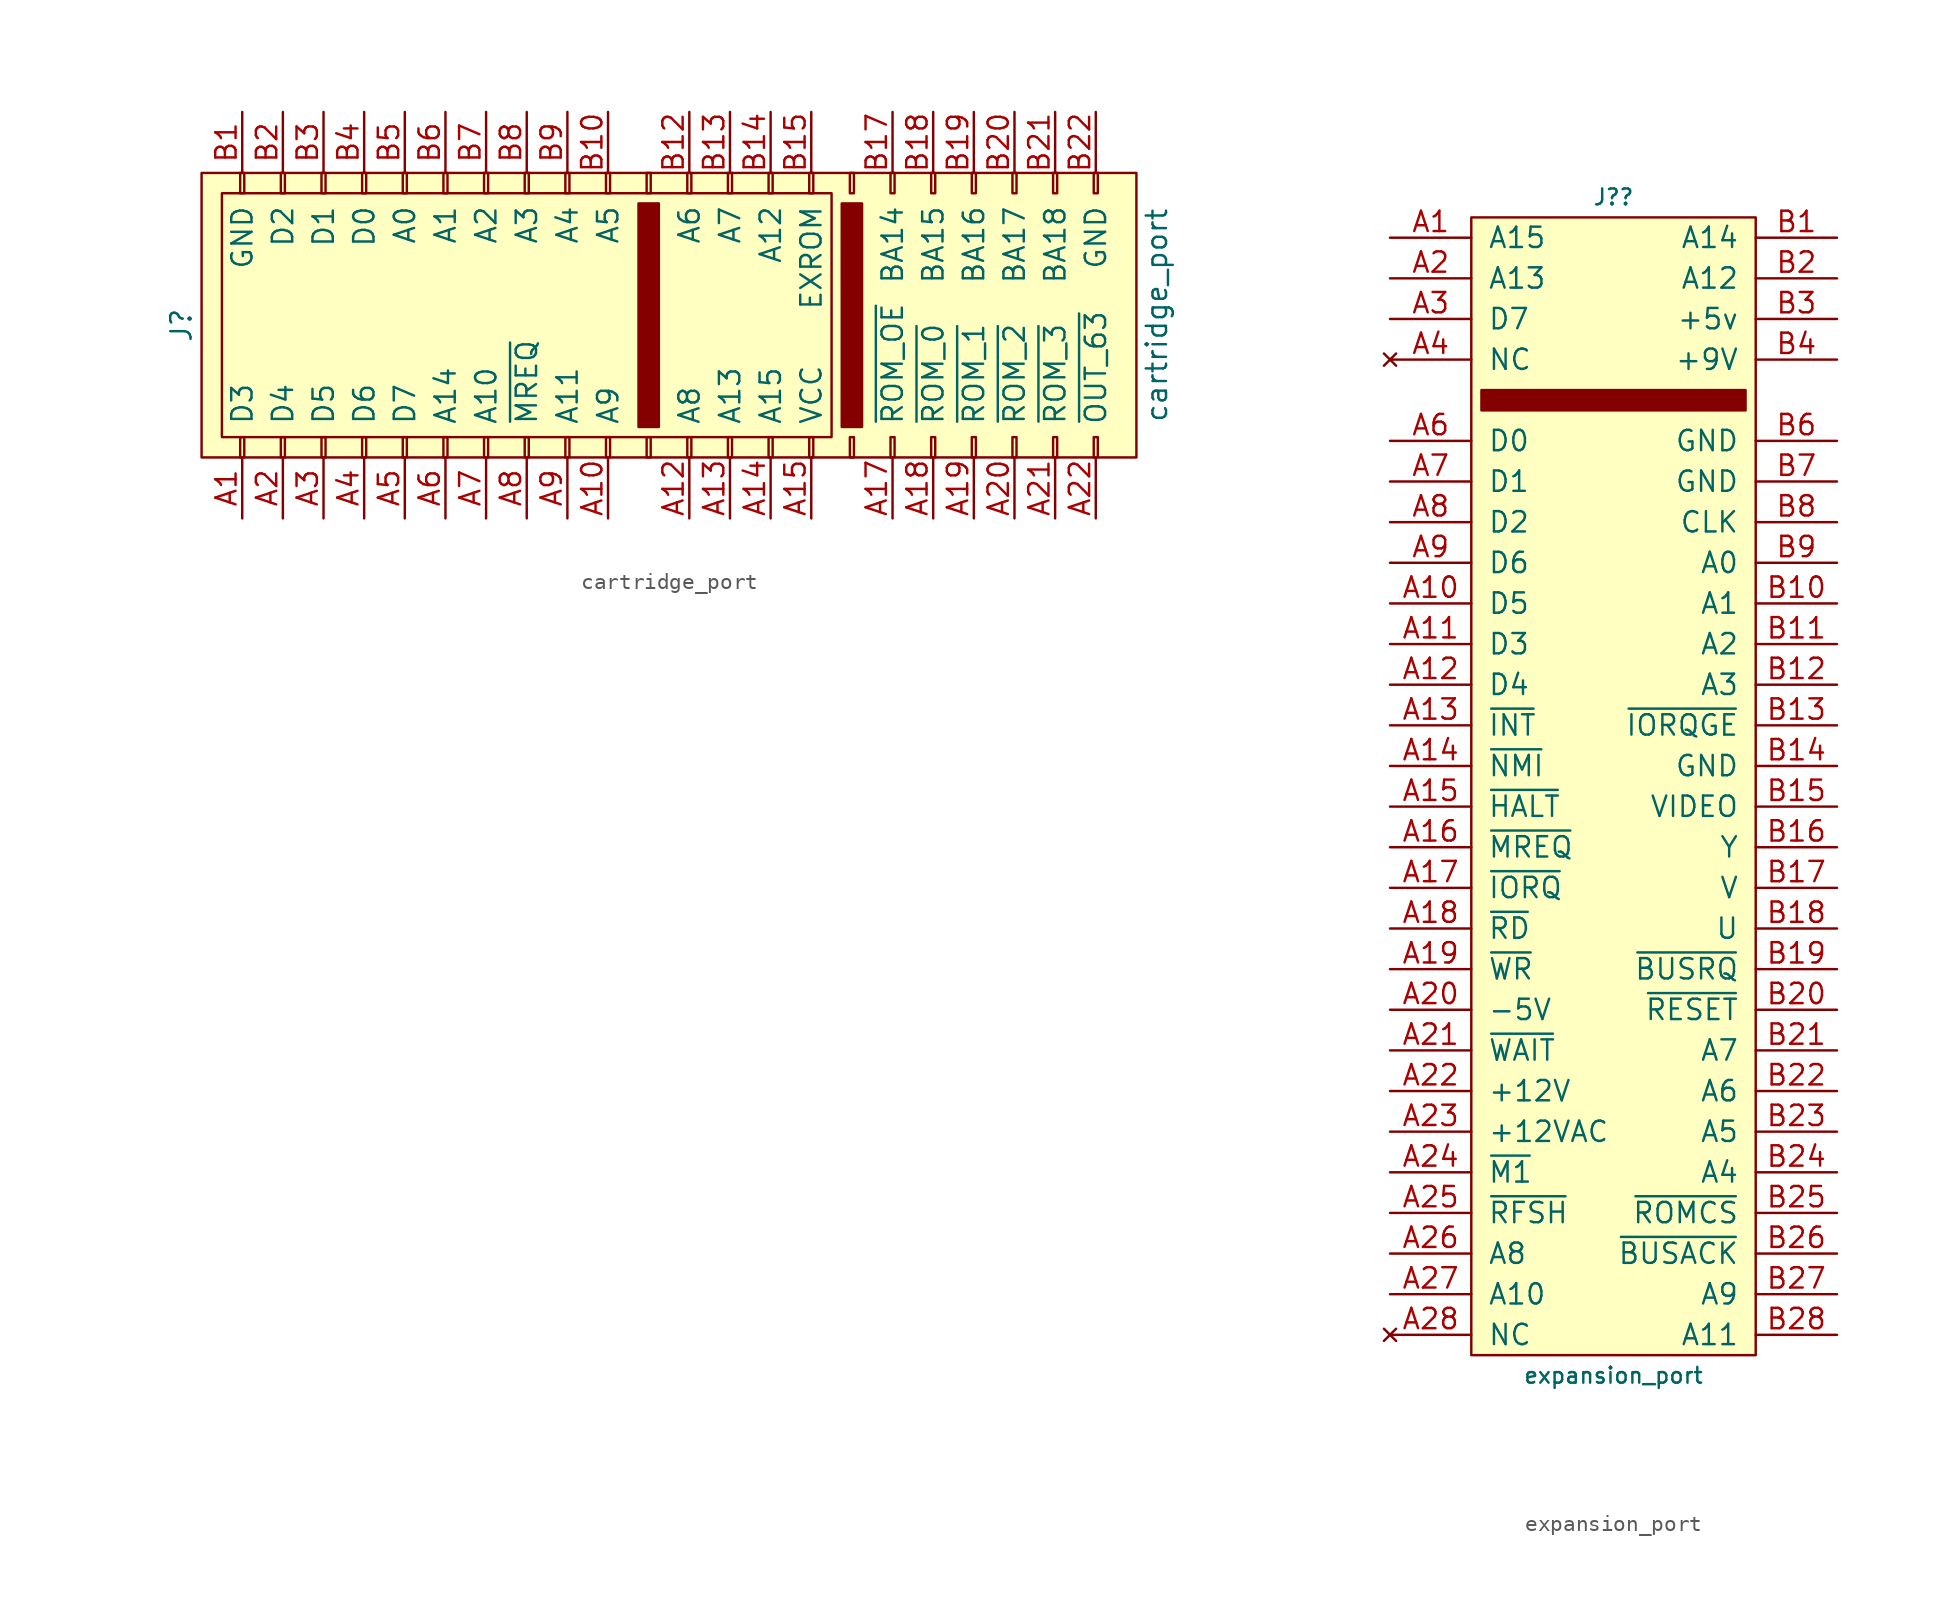
<source format=kicad_sym>
(kicad_symbol_lib
  (version 20220914)
  (generator kicad_symbol_editor)
  (symbol "cartridge_port"
    (pin_names
      (offset 2.007))
    (property "Reference" "J"
      (at -30.48 -0.635 90)
      (effects (font (size 1.27 1.27))))
    (property "Value" "cartridge_port"
      (at 30.48 0 90)
      (effects (font (size 1.27 1.27))))
    (symbol "cartridge_port_0_1"
      (rectangle (start -29.21 8.89) (end 29.21 -8.89) (stroke (width 0) (type default)) (fill (type background)))
      (rectangle (start -27.94 7.62) (end 10.16 -7.62) (stroke (width 0) (type default)) (fill (type none)))
      (rectangle (start -1.905 -6.985) (end -0.635 6.985) (stroke (width 0) (type default)) (fill (type outline)))
      (rectangle (start 10.795 6.985) (end 12.065 -6.985) (stroke (width 0) (type default)) (fill (type outline))))
    (symbol "cartridge_port_1_1"
      (rectangle (start -26.797 -8.89) (end -26.543 -7.62) (stroke (width 0.152) (type default)) (fill (type none)))
      (rectangle (start -26.797 8.89) (end -26.543 7.62) (stroke (width 0.152) (type default)) (fill (type none)))
      (rectangle (start -24.257 -8.89) (end -24.003 -7.62) (stroke (width 0.152) (type default)) (fill (type none)))
      (rectangle (start -24.257 8.89) (end -24.003 7.62) (stroke (width 0.152) (type default)) (fill (type none)))
      (rectangle (start -21.717 -8.89) (end -21.463 -7.62) (stroke (width 0.152) (type default)) (fill (type none)))
      (rectangle (start -21.717 8.89) (end -21.463 7.62) (stroke (width 0.152) (type default)) (fill (type none)))
      (rectangle (start -19.177 -8.89) (end -18.923 -7.62) (stroke (width 0.152) (type default)) (fill (type none)))
      (rectangle (start -19.177 8.89) (end -18.923 7.62) (stroke (width 0.152) (type default)) (fill (type none)))
      (rectangle (start -16.637 -8.89) (end -16.383 -7.62) (stroke (width 0.152) (type default)) (fill (type none)))
      (rectangle (start -16.637 8.89) (end -16.383 7.62) (stroke (width 0.152) (type default)) (fill (type none)))
      (rectangle (start -14.097 -8.89) (end -13.843 -7.62) (stroke (width 0.152) (type default)) (fill (type none)))
      (rectangle (start -14.097 8.89) (end -13.843 7.62) (stroke (width 0.152) (type default)) (fill (type none)))
      (rectangle (start -11.557 -8.89) (end -11.303 -7.62) (stroke (width 0.152) (type default)) (fill (type none)))
      (rectangle (start -11.557 8.89) (end -11.303 7.62) (stroke (width 0.152) (type default)) (fill (type none)))
      (rectangle (start -9.017 -8.89) (end -8.763 -7.62) (stroke (width 0.152) (type default)) (fill (type none)))
      (rectangle (start -9.017 8.89) (end -8.763 7.62) (stroke (width 0.152) (type default)) (fill (type none)))
      (rectangle (start -6.477 -8.89) (end -6.223 -7.62) (stroke (width 0.152) (type default)) (fill (type none)))
      (rectangle (start -6.477 8.89) (end -6.223 7.62) (stroke (width 0.152) (type default)) (fill (type none)))
      (rectangle (start -3.937 -8.89) (end -3.683 -7.62) (stroke (width 0.152) (type default)) (fill (type none)))
      (rectangle (start -3.937 8.89) (end -3.683 7.62) (stroke (width 0.152) (type default)) (fill (type none)))
      (rectangle (start -1.397 -8.89) (end -1.143 -7.62) (stroke (width 0.152) (type default)) (fill (type none)))
      (rectangle (start -1.397 8.89) (end -1.143 7.62) (stroke (width 0.152) (type default)) (fill (type none)))
      (rectangle (start 1.143 -8.89) (end 1.397 -7.62) (stroke (width 0.152) (type default)) (fill (type none)))
      (rectangle (start 1.143 8.89) (end 1.397 7.62) (stroke (width 0.152) (type default)) (fill (type none)))
      (rectangle (start 3.683 -8.89) (end 3.937 -7.62) (stroke (width 0.152) (type default)) (fill (type none)))
      (rectangle (start 3.683 8.89) (end 3.937 7.62) (stroke (width 0.152) (type default)) (fill (type none)))
      (rectangle (start 6.223 -8.89) (end 6.477 -7.62) (stroke (width 0.152) (type default)) (fill (type none)))
      (rectangle (start 6.223 8.89) (end 6.477 7.62) (stroke (width 0.152) (type default)) (fill (type none)))
      (rectangle (start 8.763 -8.89) (end 9.017 -7.62) (stroke (width 0.152) (type default)) (fill (type none)))
      (rectangle (start 8.763 8.89) (end 9.017 7.62) (stroke (width 0.152) (type default)) (fill (type none)))
      (rectangle (start 11.303 -8.89) (end 11.557 -7.62) (stroke (width 0.152) (type default)) (fill (type none)))
      (rectangle (start 11.303 8.89) (end 11.557 7.62) (stroke (width 0.152) (type default)) (fill (type none)))
      (rectangle (start 13.843 -8.89) (end 14.097 -7.62) (stroke (width 0.152) (type default)) (fill (type none)))
      (rectangle (start 13.843 8.89) (end 14.097 7.62) (stroke (width 0.152) (type default)) (fill (type none)))
      (rectangle (start 16.383 -8.89) (end 16.637 -7.62) (stroke (width 0.152) (type default)) (fill (type none)))
      (rectangle (start 16.383 8.89) (end 16.637 7.62) (stroke (width 0.152) (type default)) (fill (type none)))
      (rectangle (start 18.923 -8.89) (end 19.177 -7.62) (stroke (width 0.152) (type default)) (fill (type none)))
      (rectangle (start 18.923 8.89) (end 19.177 7.62) (stroke (width 0.152) (type default)) (fill (type none)))
      (rectangle (start 21.463 -8.89) (end 21.717 -7.62) (stroke (width 0.152) (type default)) (fill (type none)))
      (rectangle (start 21.463 8.89) (end 21.717 7.62) (stroke (width 0.152) (type default)) (fill (type none)))
      (rectangle (start 24.003 -8.89) (end 24.257 -7.62) (stroke (width 0.152) (type default)) (fill (type none)))
      (rectangle (start 24.003 8.89) (end 24.257 7.62) (stroke (width 0.152) (type default)) (fill (type none)))
      (rectangle (start 26.543 -8.89) (end 26.797 -7.62) (stroke (width 0.152) (type default)) (fill (type none)))
      (rectangle (start 26.543 8.89) (end 26.797 7.62) (stroke (width 0.152) (type default)) (fill (type none)))
      (pin bidirectional line (at -26.67 -12.7 90) (length 3.81) (name "D3" (effects (font (size 1.27 1.27)))) (number "A1" (effects (font (size 1.27 1.27)))))
      (pin input line (at -3.81 -12.7 90) (length 3.81) (name "A9" (effects (font (size 1.27 1.27)))) (number "A10" (effects (font (size 1.27 1.27)))))
      (pin no_connect line (at -1.27 -12.7 90) (length 3.81) hide (name "SLOT" (effects (font (size 1.27 1.27)))) (number "A11" (effects (font (size 1.27 1.27)))))
      (pin input line (at 1.27 -12.7 90) (length 3.81) (name "A8" (effects (font (size 1.27 1.27)))) (number "A12" (effects (font (size 1.27 1.27)))))
      (pin input line (at 3.81 -12.7 90) (length 3.81) (name "A13" (effects (font (size 1.27 1.27)))) (number "A13" (effects (font (size 1.27 1.27)))))
      (pin input line (at 6.35 -12.7 90) (length 3.81) (name "A15" (effects (font (size 1.27 1.27)))) (number "A14" (effects (font (size 1.27 1.27)))))
      (pin power_in line (at 8.89 -12.7 90) (length 3.81) (name "VCC" (effects (font (size 1.27 1.27)))) (number "A15" (effects (font (size 1.27 1.27)))))
      (pin no_connect line (at 11.43 -12.7 90) (length 3.81) hide (name "SLOT" (effects (font (size 1.27 1.27)))) (number "A16" (effects (font (size 1.27 1.27)))))
      (pin input line (at 13.97 -12.7 90) (length 3.81) (name "~{ROM_OE}" (effects (font (size 1.27 1.27)))) (number "A17" (effects (font (size 1.27 1.27)))))
      (pin input line (at 16.51 -12.7 90) (length 3.81) (name "~{ROM_0}" (effects (font (size 1.27 1.27)))) (number "A18" (effects (font (size 1.27 1.27)))))
      (pin input line (at 19.05 -12.7 90) (length 3.81) (name "~{ROM_1}" (effects (font (size 1.27 1.27)))) (number "A19" (effects (font (size 1.27 1.27)))))
      (pin bidirectional line (at -24.13 -12.7 90) (length 3.81) (name "D4" (effects (font (size 1.27 1.27)))) (number "A2" (effects (font (size 1.27 1.27)))))
      (pin input line (at 21.59 -12.7 90) (length 3.81) (name "~{ROM_2}" (effects (font (size 1.27 1.27)))) (number "A20" (effects (font (size 1.27 1.27)))))
      (pin input line (at 24.13 -12.7 90) (length 3.81) (name "~{ROM_3}" (effects (font (size 1.27 1.27)))) (number "A21" (effects (font (size 1.27 1.27)))))
      (pin input line (at 26.67 -12.7 90) (length 3.81) (name "~{OUT_63}" (effects (font (size 1.27 1.27)))) (number "A22" (effects (font (size 1.27 1.27)))))
      (pin bidirectional line (at -21.59 -12.7 90) (length 3.81) (name "D5" (effects (font (size 1.27 1.27)))) (number "A3" (effects (font (size 1.27 1.27)))))
      (pin bidirectional line (at -19.05 -12.7 90) (length 3.81) (name "D6" (effects (font (size 1.27 1.27)))) (number "A4" (effects (font (size 1.27 1.27)))))
      (pin bidirectional line (at -16.51 -12.7 90) (length 3.81) (name "D7" (effects (font (size 1.27 1.27)))) (number "A5" (effects (font (size 1.27 1.27)))))
      (pin input line (at -13.97 -12.7 90) (length 3.81) (name "A14" (effects (font (size 1.27 1.27)))) (number "A6" (effects (font (size 1.27 1.27)))))
      (pin input line (at -11.43 -12.7 90) (length 3.81) (name "A10" (effects (font (size 1.27 1.27)))) (number "A7" (effects (font (size 1.27 1.27)))))
      (pin input line (at -8.89 -12.7 90) (length 3.81) (name "~{MREQ}" (effects (font (size 1.27 1.27)))) (number "A8" (effects (font (size 1.27 1.27)))))
      (pin input line (at -6.35 -12.7 90) (length 3.81) (name "A11" (effects (font (size 1.27 1.27)))) (number "A9" (effects (font (size 1.27 1.27)))))
      (pin power_in line (at -26.67 12.7 270) (length 3.81) (name "GND" (effects (font (size 1.27 1.27)))) (number "B1" (effects (font (size 1.27 1.27)))))
      (pin input line (at -3.81 12.7 270) (length 3.81) (name "A5" (effects (font (size 1.27 1.27)))) (number "B10" (effects (font (size 1.27 1.27)))))
      (pin no_connect line (at -1.27 12.7 270) (length 3.81) hide (name "SLOT" (effects (font (size 1.27 1.27)))) (number "B11" (effects (font (size 1.27 1.27)))))
      (pin input line (at 1.27 12.7 270) (length 3.81) (name "A6" (effects (font (size 1.27 1.27)))) (number "B12" (effects (font (size 1.27 1.27)))))
      (pin input line (at 3.81 12.7 270) (length 3.81) (name "A7" (effects (font (size 1.27 1.27)))) (number "B13" (effects (font (size 1.27 1.27)))))
      (pin input line (at 6.35 12.7 270) (length 3.81) (name "A12" (effects (font (size 1.27 1.27)))) (number "B14" (effects (font (size 1.27 1.27)))))
      (pin output line (at 8.89 12.7 270) (length 3.81) (name "EXROM" (effects (font (size 1.27 1.27)))) (number "B15" (effects (font (size 1.27 1.27)))))
      (pin no_connect line (at 11.43 12.7 270) (length 3.81) hide (name "SLOT" (effects (font (size 1.27 1.27)))) (number "B16" (effects (font (size 1.27 1.27)))))
      (pin input line (at 13.97 12.7 270) (length 3.81) (name "BA14" (effects (font (size 1.27 1.27)))) (number "B17" (effects (font (size 1.27 1.27)))))
      (pin input line (at 16.51 12.7 270) (length 3.81) (name "BA15" (effects (font (size 1.27 1.27)))) (number "B18" (effects (font (size 1.27 1.27)))))
      (pin input line (at 19.05 12.7 270) (length 3.81) (name "BA16" (effects (font (size 1.27 1.27)))) (number "B19" (effects (font (size 1.27 1.27)))))
      (pin bidirectional line (at -24.13 12.7 270) (length 3.81) (name "D2" (effects (font (size 1.27 1.27)))) (number "B2" (effects (font (size 1.27 1.27)))))
      (pin input line (at 21.59 12.7 270) (length 3.81) (name "BA17" (effects (font (size 1.27 1.27)))) (number "B20" (effects (font (size 1.27 1.27)))))
      (pin input line (at 24.13 12.7 270) (length 3.81) (name "BA18" (effects (font (size 1.27 1.27)))) (number "B21" (effects (font (size 1.27 1.27)))))
      (pin passive line (at 26.67 12.7 270) (length 3.81) (name "GND" (effects (font (size 1.27 1.27)))) (number "B22" (effects (font (size 1.27 1.27)))))
      (pin bidirectional line (at -21.59 12.7 270) (length 3.81) (name "D1" (effects (font (size 1.27 1.27)))) (number "B3" (effects (font (size 1.27 1.27)))))
      (pin bidirectional line (at -19.05 12.7 270) (length 3.81) (name "D0" (effects (font (size 1.27 1.27)))) (number "B4" (effects (font (size 1.27 1.27)))))
      (pin input line (at -16.51 12.7 270) (length 3.81) (name "A0" (effects (font (size 1.27 1.27)))) (number "B5" (effects (font (size 1.27 1.27)))))
      (pin input line (at -13.97 12.7 270) (length 3.81) (name "A1" (effects (font (size 1.27 1.27)))) (number "B6" (effects (font (size 1.27 1.27)))))
      (pin input line (at -11.43 12.7 270) (length 3.81) (name "A2" (effects (font (size 1.27 1.27)))) (number "B7" (effects (font (size 1.27 1.27)))))
      (pin input line (at -8.89 12.7 270) (length 3.81) (name "A3" (effects (font (size 1.27 1.27)))) (number "B8" (effects (font (size 1.27 1.27)))))
      (pin input line (at -6.35 12.7 270) (length 3.81) (name "A4" (effects (font (size 1.27 1.27)))) (number "B9" (effects (font (size 1.27 1.27)))))))
  (symbol "expansion_port"
    (pin_names
      (offset 1.016))
    (property "Reference" "J?"
      (at 8.89 83.82 0)
      (effects (font (size 0.991 0.991))))
    (property "Value" "expansion_port"
      (at 8.89 10.16 0)
      (effects (font (size 0.991 0.991))))
    (symbol "expansion_port_0_0"
      (rectangle (start 0 82.55) (end 17.78 11.43) (stroke (width 0) (type default)) (fill (type background))))
    (symbol "expansion_port_0_1"
      (rectangle (start 0.635 71.755) (end 17.145 70.485) (stroke (width 0) (type default)) (fill (type outline))))
    (symbol "expansion_port_1_1"
      (pin tri_state line (at -5.08 81.28 0) (length 5.08) (name "A15" (effects (font (size 1.27 1.27)))) (number "A1" (effects (font (size 1.27 1.27)))))
      (pin bidirectional line (at -5.08 58.42 0) (length 5.08) (name "D5" (effects (font (size 1.27 1.27)))) (number "A10" (effects (font (size 1.27 1.27)))))
      (pin bidirectional line (at -5.08 55.88 0) (length 5.08) (name "D3" (effects (font (size 1.27 1.27)))) (number "A11" (effects (font (size 1.27 1.27)))))
      (pin bidirectional line (at -5.08 53.34 0) (length 5.08) (name "D4" (effects (font (size 1.27 1.27)))) (number "A12" (effects (font (size 1.27 1.27)))))
      (pin input line (at -5.08 50.8 0) (length 5.08) (name "~{INT}" (effects (font (size 1.27 1.27)))) (number "A13" (effects (font (size 1.27 1.27)))))
      (pin input line (at -5.08 48.26 0) (length 5.08) (name "~{NMI}" (effects (font (size 1.27 1.27)))) (number "A14" (effects (font (size 1.27 1.27)))))
      (pin input line (at -5.08 45.72 0) (length 5.08) (name "~{HALT}" (effects (font (size 1.27 1.27)))) (number "A15" (effects (font (size 1.27 1.27)))))
      (pin output line (at -5.08 43.18 0) (length 5.08) (name "~{MREQ}" (effects (font (size 1.27 1.27)))) (number "A16" (effects (font (size 1.27 1.27)))))
      (pin output line (at -5.08 40.64 0) (length 5.08) (name "~{IORQ}" (effects (font (size 1.27 1.27)))) (number "A17" (effects (font (size 1.27 1.27)))))
      (pin output line (at -5.08 38.1 0) (length 5.08) (name "~{RD}" (effects (font (size 1.27 1.27)))) (number "A18" (effects (font (size 1.27 1.27)))))
      (pin output line (at -5.08 35.56 0) (length 5.08) (name "~{WR}" (effects (font (size 1.27 1.27)))) (number "A19" (effects (font (size 1.27 1.27)))))
      (pin tri_state line (at -5.08 78.74 0) (length 5.08) (name "A13" (effects (font (size 1.27 1.27)))) (number "A2" (effects (font (size 1.27 1.27)))))
      (pin power_out line (at -5.08 33.02 0) (length 5.08) (name "-5V" (effects (font (size 1.27 1.27)))) (number "A20" (effects (font (size 1.27 1.27)))))
      (pin input line (at -5.08 30.48 0) (length 5.08) (name "~{WAIT}" (effects (font (size 1.27 1.27)))) (number "A21" (effects (font (size 1.27 1.27)))))
      (pin power_out line (at -5.08 27.94 0) (length 5.08) (name "+12V" (effects (font (size 1.27 1.27)))) (number "A22" (effects (font (size 1.27 1.27)))))
      (pin power_out line (at -5.08 25.4 0) (length 5.08) (name "+12VAC" (effects (font (size 1.27 1.27)))) (number "A23" (effects (font (size 1.27 1.27)))))
      (pin output line (at -5.08 22.86 0) (length 5.08) (name "~{M1}" (effects (font (size 1.27 1.27)))) (number "A24" (effects (font (size 1.27 1.27)))))
      (pin input line (at -5.08 20.32 0) (length 5.08) (name "~{RFSH}" (effects (font (size 1.27 1.27)))) (number "A25" (effects (font (size 1.27 1.27)))))
      (pin tri_state line (at -5.08 17.78 0) (length 5.08) (name "A8" (effects (font (size 1.27 1.27)))) (number "A26" (effects (font (size 1.27 1.27)))))
      (pin tri_state line (at -5.08 15.24 0) (length 5.08) (name "A10" (effects (font (size 1.27 1.27)))) (number "A27" (effects (font (size 1.27 1.27)))))
      (pin no_connect line (at -5.08 12.7 0) (length 5.08) (name "NC" (effects (font (size 1.27 1.27)))) (number "A28" (effects (font (size 1.27 1.27)))))
      (pin bidirectional line (at -5.08 76.2 0) (length 5.08) (name "D7" (effects (font (size 1.27 1.27)))) (number "A3" (effects (font (size 1.27 1.27)))))
      (pin no_connect line (at -5.08 73.66 0) (length 5.08) (name "NC" (effects (font (size 1.27 1.27)))) (number "A4" (effects (font (size 1.27 1.27)))))
      (pin bidirectional line (at -5.08 68.58 0) (length 5.08) (name "D0" (effects (font (size 1.27 1.27)))) (number "A6" (effects (font (size 1.27 1.27)))))
      (pin bidirectional line (at -5.08 66.04 0) (length 5.08) (name "D1" (effects (font (size 1.27 1.27)))) (number "A7" (effects (font (size 1.27 1.27)))))
      (pin bidirectional line (at -5.08 63.5 0) (length 5.08) (name "D2" (effects (font (size 1.27 1.27)))) (number "A8" (effects (font (size 1.27 1.27)))))
      (pin bidirectional line (at -5.08 60.96 0) (length 5.08) (name "D6" (effects (font (size 1.27 1.27)))) (number "A9" (effects (font (size 1.27 1.27)))))
      (pin tri_state line (at 22.86 81.28 180) (length 5.08) (name "A14" (effects (font (size 1.27 1.27)))) (number "B1" (effects (font (size 1.27 1.27)))))
      (pin tri_state line (at 22.86 58.42 180) (length 5.08) (name "A1" (effects (font (size 1.27 1.27)))) (number "B10" (effects (font (size 1.27 1.27)))))
      (pin tri_state line (at 22.86 55.88 180) (length 5.08) (name "A2" (effects (font (size 1.27 1.27)))) (number "B11" (effects (font (size 1.27 1.27)))))
      (pin tri_state line (at 22.86 53.34 180) (length 5.08) (name "A3" (effects (font (size 1.27 1.27)))) (number "B12" (effects (font (size 1.27 1.27)))))
      (pin input line (at 22.86 50.8 180) (length 5.08) (name "~{IORQGE}" (effects (font (size 1.27 1.27)))) (number "B13" (effects (font (size 1.27 1.27)))))
      (pin passive line (at 22.86 48.26 180) (length 5.08) (name "GND" (effects (font (size 1.27 1.27)))) (number "B14" (effects (font (size 1.27 1.27)))))
      (pin input line (at 22.86 45.72 180) (length 5.08) (name "VIDEO" (effects (font (size 1.27 1.27)))) (number "B15" (effects (font (size 1.27 1.27)))))
      (pin input line (at 22.86 43.18 180) (length 5.08) (name "Y" (effects (font (size 1.27 1.27)))) (number "B16" (effects (font (size 1.27 1.27)))))
      (pin input line (at 22.86 40.64 180) (length 5.08) (name "V" (effects (font (size 1.27 1.27)))) (number "B17" (effects (font (size 1.27 1.27)))))
      (pin input line (at 22.86 38.1 180) (length 5.08) (name "U" (effects (font (size 1.27 1.27)))) (number "B18" (effects (font (size 1.27 1.27)))))
      (pin passive line (at 22.86 35.56 180) (length 5.08) (name "~{BUSRQ}" (effects (font (size 1.27 1.27)))) (number "B19" (effects (font (size 1.27 1.27)))))
      (pin tri_state line (at 22.86 78.74 180) (length 5.08) (name "A12" (effects (font (size 1.27 1.27)))) (number "B2" (effects (font (size 1.27 1.27)))))
      (pin passive line (at 22.86 33.02 180) (length 5.08) (name "~{RESET}" (effects (font (size 1.27 1.27)))) (number "B20" (effects (font (size 1.27 1.27)))))
      (pin tri_state line (at 22.86 30.48 180) (length 5.08) (name "A7" (effects (font (size 1.27 1.27)))) (number "B21" (effects (font (size 1.27 1.27)))))
      (pin tri_state line (at 22.86 27.94 180) (length 5.08) (name "A6" (effects (font (size 1.27 1.27)))) (number "B22" (effects (font (size 1.27 1.27)))))
      (pin tri_state line (at 22.86 25.4 180) (length 5.08) (name "A5" (effects (font (size 1.27 1.27)))) (number "B23" (effects (font (size 1.27 1.27)))))
      (pin tri_state line (at 22.86 22.86 180) (length 5.08) (name "A4" (effects (font (size 1.27 1.27)))) (number "B24" (effects (font (size 1.27 1.27)))))
      (pin input line (at 22.86 20.32 180) (length 5.08) (name "~{ROMCS}" (effects (font (size 1.27 1.27)))) (number "B25" (effects (font (size 1.27 1.27)))))
      (pin input line (at 22.86 17.78 180) (length 5.08) (name "~{BUSACK}" (effects (font (size 1.27 1.27)))) (number "B26" (effects (font (size 1.27 1.27)))))
      (pin tri_state line (at 22.86 15.24 180) (length 5.08) (name "A9" (effects (font (size 1.27 1.27)))) (number "B27" (effects (font (size 1.27 1.27)))))
      (pin tri_state line (at 22.86 12.7 180) (length 5.08) (name "A11" (effects (font (size 1.27 1.27)))) (number "B28" (effects (font (size 1.27 1.27)))))
      (pin power_out line (at 22.86 76.2 180) (length 5.08) (name "+5v" (effects (font (size 1.27 1.27)))) (number "B3" (effects (font (size 1.27 1.27)))))
      (pin power_out line (at 22.86 73.66 180) (length 5.08) (name "+9V" (effects (font (size 1.27 1.27)))) (number "B4" (effects (font (size 1.27 1.27)))))
      (pin power_out line (at 22.86 68.58 180) (length 5.08) (name "GND" (effects (font (size 1.27 1.27)))) (number "B6" (effects (font (size 1.27 1.27)))))
      (pin passive line (at 22.86 66.04 180) (length 5.08) (name "GND" (effects (font (size 1.27 1.27)))) (number "B7" (effects (font (size 1.27 1.27)))))
      (pin output line (at 22.86 63.5 180) (length 5.08) (name "CLK" (effects (font (size 1.27 1.27)))) (number "B8" (effects (font (size 1.27 1.27)))))
      (pin tri_state line (at 22.86 60.96 180) (length 5.08) (name "A0" (effects (font (size 1.27 1.27)))) (number "B9" (effects (font (size 1.27 1.27))))))))
</source>
